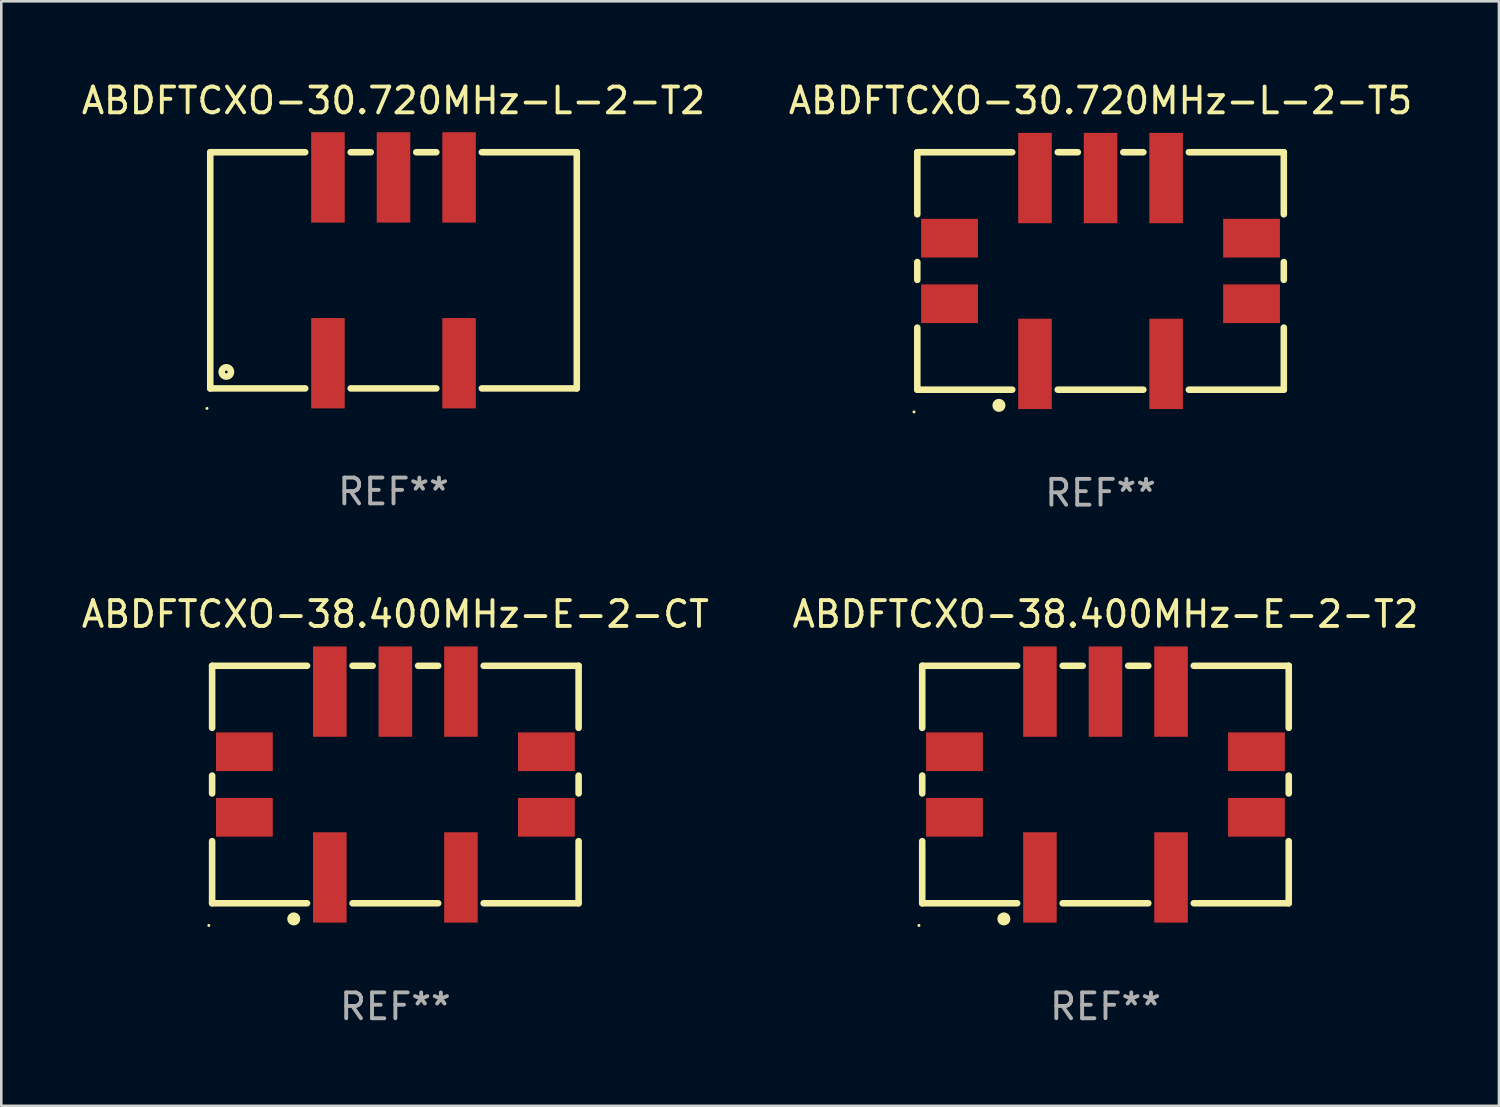
<source format=kicad_pcb>
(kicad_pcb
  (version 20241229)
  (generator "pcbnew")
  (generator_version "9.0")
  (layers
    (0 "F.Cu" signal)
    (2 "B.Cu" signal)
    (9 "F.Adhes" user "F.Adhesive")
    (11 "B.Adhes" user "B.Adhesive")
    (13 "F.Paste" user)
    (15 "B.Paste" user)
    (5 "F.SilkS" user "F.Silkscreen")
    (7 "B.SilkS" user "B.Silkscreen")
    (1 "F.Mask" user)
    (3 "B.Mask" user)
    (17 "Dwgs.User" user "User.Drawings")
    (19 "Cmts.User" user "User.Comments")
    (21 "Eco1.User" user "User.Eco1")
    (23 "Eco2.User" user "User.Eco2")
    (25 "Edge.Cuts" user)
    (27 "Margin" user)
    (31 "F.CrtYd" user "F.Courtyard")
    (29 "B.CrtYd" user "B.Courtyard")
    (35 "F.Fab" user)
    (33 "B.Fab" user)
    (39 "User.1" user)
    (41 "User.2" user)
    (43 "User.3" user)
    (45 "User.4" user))
  (footprint "ABDFTCXO-38.400MHz-E-2-T2"
    (layer "F.Cu")
    (at 39.78 27.345)
    (property "Reference" "ABDFTCXO-38.400MHz-E-2-T2" (at 0 -6.6 0) (layer "F.SilkS") (effects (font (size 1 1) (thickness 0.15))))
    (attr through_hole)
    (fp_line (start -7.1 -4.6) (end -7.1 -2.195) (stroke (width 0.254) (type solid)) (layer "F.SilkS"))
    (fp_line (start -7.1 -4.6) (end -3.421 -4.6) (stroke (width 0.254) (type solid)) (layer "F.SilkS"))
    (fp_line (start -7.1 -0.345) (end -7.1 0.345) (stroke (width 0.254) (type solid)) (layer "F.SilkS"))
    (fp_line (start -7.1 2.195) (end -7.1 4.6) (stroke (width 0.254) (type solid)) (layer "F.SilkS"))
    (fp_line (start -7.1 4.6) (end -3.421 4.6) (stroke (width 0.254) (type solid)) (layer "F.SilkS"))
    (fp_line (start -1.659 -4.6) (end -0.881 -4.6) (stroke (width 0.254) (type solid)) (layer "F.SilkS"))
    (fp_line (start -1.659 4.6) (end 1.659 4.6) (stroke (width 0.254) (type solid)) (layer "F.SilkS"))
    (fp_line (start 0.881 -4.6) (end 1.659 -4.6) (stroke (width 0.254) (type solid)) (layer "F.SilkS"))
    (fp_line (start 3.421 -4.6) (end 7.1 -4.6) (stroke (width 0.254) (type solid)) (layer "F.SilkS"))
    (fp_line (start 3.421 4.6) (end 7.1 4.6) (stroke (width 0.254) (type solid)) (layer "F.SilkS"))
    (fp_line (start 7.1 -4.6) (end 7.1 -2.195) (stroke (width 0.254) (type solid)) (layer "F.SilkS"))
    (fp_line (start 7.1 -0.345) (end 7.1 0.345) (stroke (width 0.254) (type solid)) (layer "F.SilkS"))
    (fp_line (start 7.1 2.195) (end 7.1 4.6) (stroke (width 0.254) (type solid)) (layer "F.SilkS"))
    (fp_circle (center -7.227 5.461) (end -7.197 5.461) (stroke (width 0.06) (type solid)) (fill no) (layer "F.SilkS"))
    (fp_circle (center -3.937 5.207) (end -3.81 5.207) (stroke (width 0.254) (type solid)) (fill no) (layer "F.SilkS"))
    (fp_text user "REF**" (at 0 8.6 0) (layer "F.Fab") (effects (font (size 1 1) (thickness 0.15))))
    (pad "1" smd rect (at -2.54 3.6) (size 1.3 3.5) (layers "F.Cu" "F.Mask" "F.Paste"))
    (pad "2" smd rect (at 2.54 3.6) (size 1.3 3.5) (layers "F.Cu" "F.Mask" "F.Paste"))
    (pad "3" smd rect (at 2.54 -3.6) (size 1.3 3.5) (layers "F.Cu" "F.Mask" "F.Paste"))
    (pad "4" smd rect (at 0 -3.6) (size 1.3 3.5) (layers "F.Cu" "F.Mask" "F.Paste"))
    (pad "5" smd rect (at -2.54 -3.6) (size 1.3 3.5) (layers "F.Cu" "F.Mask" "F.Paste"))
    (pad "6" smd rect (at 5.85 1.27 90) (size 1.5 2.2) (layers "F.Cu" "F.Mask" "F.Paste"))
    (pad "7" smd rect (at 5.85 -1.27 90) (size 1.5 2.2) (layers "F.Cu" "F.Mask" "F.Paste"))
    (pad "8" smd rect (at -5.85 -1.27 90) (size 1.5 2.2) (layers "F.Cu" "F.Mask" "F.Paste"))
    (pad "9" smd rect (at -5.85 1.27 90) (size 1.5 2.2) (layers "F.Cu" "F.Mask" "F.Paste")))
  (footprint "ABDFTCXO-38.400MHz-E-2-CT"
    (layer "F.Cu")
    (at 12.268 27.345)
    (property "Reference" "ABDFTCXO-38.400MHz-E-2-CT" (at 0 -6.6 0) (layer "F.SilkS") (effects (font (size 1 1) (thickness 0.15))))
    (attr through_hole)
    (fp_line (start -7.1 -4.6) (end -7.1 -2.195) (stroke (width 0.254) (type solid)) (layer "F.SilkS"))
    (fp_line (start -7.1 -4.6) (end -3.421 -4.6) (stroke (width 0.254) (type solid)) (layer "F.SilkS"))
    (fp_line (start -7.1 -0.345) (end -7.1 0.345) (stroke (width 0.254) (type solid)) (layer "F.SilkS"))
    (fp_line (start -7.1 2.195) (end -7.1 4.6) (stroke (width 0.254) (type solid)) (layer "F.SilkS"))
    (fp_line (start -7.1 4.6) (end -3.421 4.6) (stroke (width 0.254) (type solid)) (layer "F.SilkS"))
    (fp_line (start -1.659 -4.6) (end -0.881 -4.6) (stroke (width 0.254) (type solid)) (layer "F.SilkS"))
    (fp_line (start -1.659 4.6) (end 1.659 4.6) (stroke (width 0.254) (type solid)) (layer "F.SilkS"))
    (fp_line (start 0.881 -4.6) (end 1.659 -4.6) (stroke (width 0.254) (type solid)) (layer "F.SilkS"))
    (fp_line (start 3.421 -4.6) (end 7.1 -4.6) (stroke (width 0.254) (type solid)) (layer "F.SilkS"))
    (fp_line (start 3.421 4.6) (end 7.1 4.6) (stroke (width 0.254) (type solid)) (layer "F.SilkS"))
    (fp_line (start 7.1 -4.6) (end 7.1 -2.195) (stroke (width 0.254) (type solid)) (layer "F.SilkS"))
    (fp_line (start 7.1 -0.345) (end 7.1 0.345) (stroke (width 0.254) (type solid)) (layer "F.SilkS"))
    (fp_line (start 7.1 2.195) (end 7.1 4.6) (stroke (width 0.254) (type solid)) (layer "F.SilkS"))
    (fp_circle (center -7.227 5.461) (end -7.197 5.461) (stroke (width 0.06) (type solid)) (fill no) (layer "F.SilkS"))
    (fp_circle (center -3.937 5.207) (end -3.81 5.207) (stroke (width 0.254) (type solid)) (fill no) (layer "F.SilkS"))
    (fp_text user "REF**" (at 0 8.6 0) (layer "F.Fab") (effects (font (size 1 1) (thickness 0.15))))
    (pad "1" smd rect (at -2.54 3.6) (size 1.3 3.5) (layers "F.Cu" "F.Mask" "F.Paste"))
    (pad "2" smd rect (at 2.54 3.6) (size 1.3 3.5) (layers "F.Cu" "F.Mask" "F.Paste"))
    (pad "3" smd rect (at 2.54 -3.6) (size 1.3 3.5) (layers "F.Cu" "F.Mask" "F.Paste"))
    (pad "4" smd rect (at 0 -3.6) (size 1.3 3.5) (layers "F.Cu" "F.Mask" "F.Paste"))
    (pad "5" smd rect (at -2.54 -3.6) (size 1.3 3.5) (layers "F.Cu" "F.Mask" "F.Paste"))
    (pad "6" smd rect (at 5.85 1.27 90) (size 1.5 2.2) (layers "F.Cu" "F.Mask" "F.Paste"))
    (pad "7" smd rect (at 5.85 -1.27 90) (size 1.5 2.2) (layers "F.Cu" "F.Mask" "F.Paste"))
    (pad "8" smd rect (at -5.85 -1.27 90) (size 1.5 2.2) (layers "F.Cu" "F.Mask" "F.Paste"))
    (pad "9" smd rect (at -5.85 1.27 90) (size 1.5 2.2) (layers "F.Cu" "F.Mask" "F.Paste")))
  (footprint "ABDFTCXO-30.720MHz-L-2-T2"
    (layer "F.Cu")
    (at 12.196 7.423)
    (property "Reference" "ABDFTCXO-30.720MHz-L-2-T2" (at 0 -6.575 0) (layer "F.SilkS") (effects (font (size 1 1) (thickness 0.15))))
    (attr through_hole)
    (fp_line (start -7.1 -4.575) (end -7.1 4.575) (stroke (width 0.254) (type solid)) (layer "F.SilkS"))
    (fp_line (start -7.1 -4.575) (end -3.421 -4.575) (stroke (width 0.254) (type solid)) (layer "F.SilkS"))
    (fp_line (start -7.1 4.575) (end -3.421 4.575) (stroke (width 0.254) (type solid)) (layer "F.SilkS"))
    (fp_line (start -1.659 -4.575) (end -0.881 -4.575) (stroke (width 0.254) (type solid)) (layer "F.SilkS"))
    (fp_line (start -1.659 4.575) (end 1.659 4.575) (stroke (width 0.254) (type solid)) (layer "F.SilkS"))
    (fp_line (start 0.881 -4.575) (end 1.659 -4.575) (stroke (width 0.254) (type solid)) (layer "F.SilkS"))
    (fp_line (start 3.421 -4.575) (end 7.1 -4.575) (stroke (width 0.254) (type solid)) (layer "F.SilkS"))
    (fp_line (start 3.421 4.575) (end 7.1 4.575) (stroke (width 0.254) (type solid)) (layer "F.SilkS"))
    (fp_line (start 7.1 -4.575) (end 7.1 4.575) (stroke (width 0.254) (type solid)) (layer "F.SilkS"))
    (fp_circle (center -7.227 5.35) (end -7.197 5.35) (stroke (width 0.06) (type solid)) (fill no) (layer "F.SilkS"))
    (fp_circle (center -6.477 3.937) (end -6.297 3.937) (stroke (width 0.254) (type solid)) (fill no) (layer "F.SilkS"))
    (fp_text user "REF**" (at 0 8.575 0) (layer "F.Fab") (effects (font (size 1 1) (thickness 0.15))))
    (pad "1" smd rect (at -2.54 3.6) (size 1.3 3.5) (layers "F.Cu" "F.Mask" "F.Paste"))
    (pad "2" smd rect (at 2.54 3.6) (size 1.3 3.5) (layers "F.Cu" "F.Mask" "F.Paste"))
    (pad "3" smd rect (at 2.54 -3.6) (size 1.3 3.5) (layers "F.Cu" "F.Mask" "F.Paste"))
    (pad "4" smd rect (at 0 -3.6) (size 1.3 3.5) (layers "F.Cu" "F.Mask" "F.Paste"))
    (pad "5" smd rect (at -2.54 -3.6) (size 1.3 3.5) (layers "F.Cu" "F.Mask" "F.Paste")))
  (footprint "ABDFTCXO-30.720MHz-L-2-T5"
    (layer "F.Cu")
    (at 39.589 7.448)
    (property "Reference" "ABDFTCXO-30.720MHz-L-2-T5" (at 0 -6.6 0) (layer "F.SilkS") (effects (font (size 1 1) (thickness 0.15))))
    (attr through_hole)
    (fp_line (start -7.1 -4.6) (end -7.1 -2.195) (stroke (width 0.254) (type solid)) (layer "F.SilkS"))
    (fp_line (start -7.1 -4.6) (end -3.421 -4.6) (stroke (width 0.254) (type solid)) (layer "F.SilkS"))
    (fp_line (start -7.1 -0.345) (end -7.1 0.345) (stroke (width 0.254) (type solid)) (layer "F.SilkS"))
    (fp_line (start -7.1 2.195) (end -7.1 4.6) (stroke (width 0.254) (type solid)) (layer "F.SilkS"))
    (fp_line (start -7.1 4.6) (end -3.421 4.6) (stroke (width 0.254) (type solid)) (layer "F.SilkS"))
    (fp_line (start -1.659 -4.6) (end -0.881 -4.6) (stroke (width 0.254) (type solid)) (layer "F.SilkS"))
    (fp_line (start -1.659 4.6) (end 1.659 4.6) (stroke (width 0.254) (type solid)) (layer "F.SilkS"))
    (fp_line (start 0.881 -4.6) (end 1.659 -4.6) (stroke (width 0.254) (type solid)) (layer "F.SilkS"))
    (fp_line (start 3.421 -4.6) (end 7.1 -4.6) (stroke (width 0.254) (type solid)) (layer "F.SilkS"))
    (fp_line (start 3.421 4.6) (end 7.1 4.6) (stroke (width 0.254) (type solid)) (layer "F.SilkS"))
    (fp_line (start 7.1 -4.6) (end 7.1 -2.195) (stroke (width 0.254) (type solid)) (layer "F.SilkS"))
    (fp_line (start 7.1 -0.345) (end 7.1 0.345) (stroke (width 0.254) (type solid)) (layer "F.SilkS"))
    (fp_line (start 7.1 2.195) (end 7.1 4.6) (stroke (width 0.254) (type solid)) (layer "F.SilkS"))
    (fp_circle (center -7.227 5.461) (end -7.197 5.461) (stroke (width 0.06) (type solid)) (fill no) (layer "F.SilkS"))
    (fp_circle (center -3.937 5.207) (end -3.81 5.207) (stroke (width 0.254) (type solid)) (fill no) (layer "F.SilkS"))
    (fp_text user "REF**" (at 0 8.6 0) (layer "F.Fab") (effects (font (size 1 1) (thickness 0.15))))
    (pad "1" smd rect (at -2.54 3.6) (size 1.3 3.5) (layers "F.Cu" "F.Mask" "F.Paste"))
    (pad "2" smd rect (at 2.54 3.6) (size 1.3 3.5) (layers "F.Cu" "F.Mask" "F.Paste"))
    (pad "3" smd rect (at 2.54 -3.6) (size 1.3 3.5) (layers "F.Cu" "F.Mask" "F.Paste"))
    (pad "4" smd rect (at 0 -3.6) (size 1.3 3.5) (layers "F.Cu" "F.Mask" "F.Paste"))
    (pad "5" smd rect (at -2.54 -3.6) (size 1.3 3.5) (layers "F.Cu" "F.Mask" "F.Paste"))
    (pad "6" smd rect (at 5.85 1.27 90) (size 1.5 2.2) (layers "F.Cu" "F.Mask" "F.Paste"))
    (pad "7" smd rect (at 5.85 -1.27 90) (size 1.5 2.2) (layers "F.Cu" "F.Mask" "F.Paste"))
    (pad "8" smd rect (at -5.85 -1.27 90) (size 1.5 2.2) (layers "F.Cu" "F.Mask" "F.Paste"))
    (pad "9" smd rect (at -5.85 1.27 90) (size 1.5 2.2) (layers "F.Cu" "F.Mask" "F.Paste")))
  (gr_rect
    (start -3 -3)
    (end 55.024 39.793)
    (stroke (width 0.1) (type default))
    (fill no)
    (layer "Edge.Cuts")))
</source>
